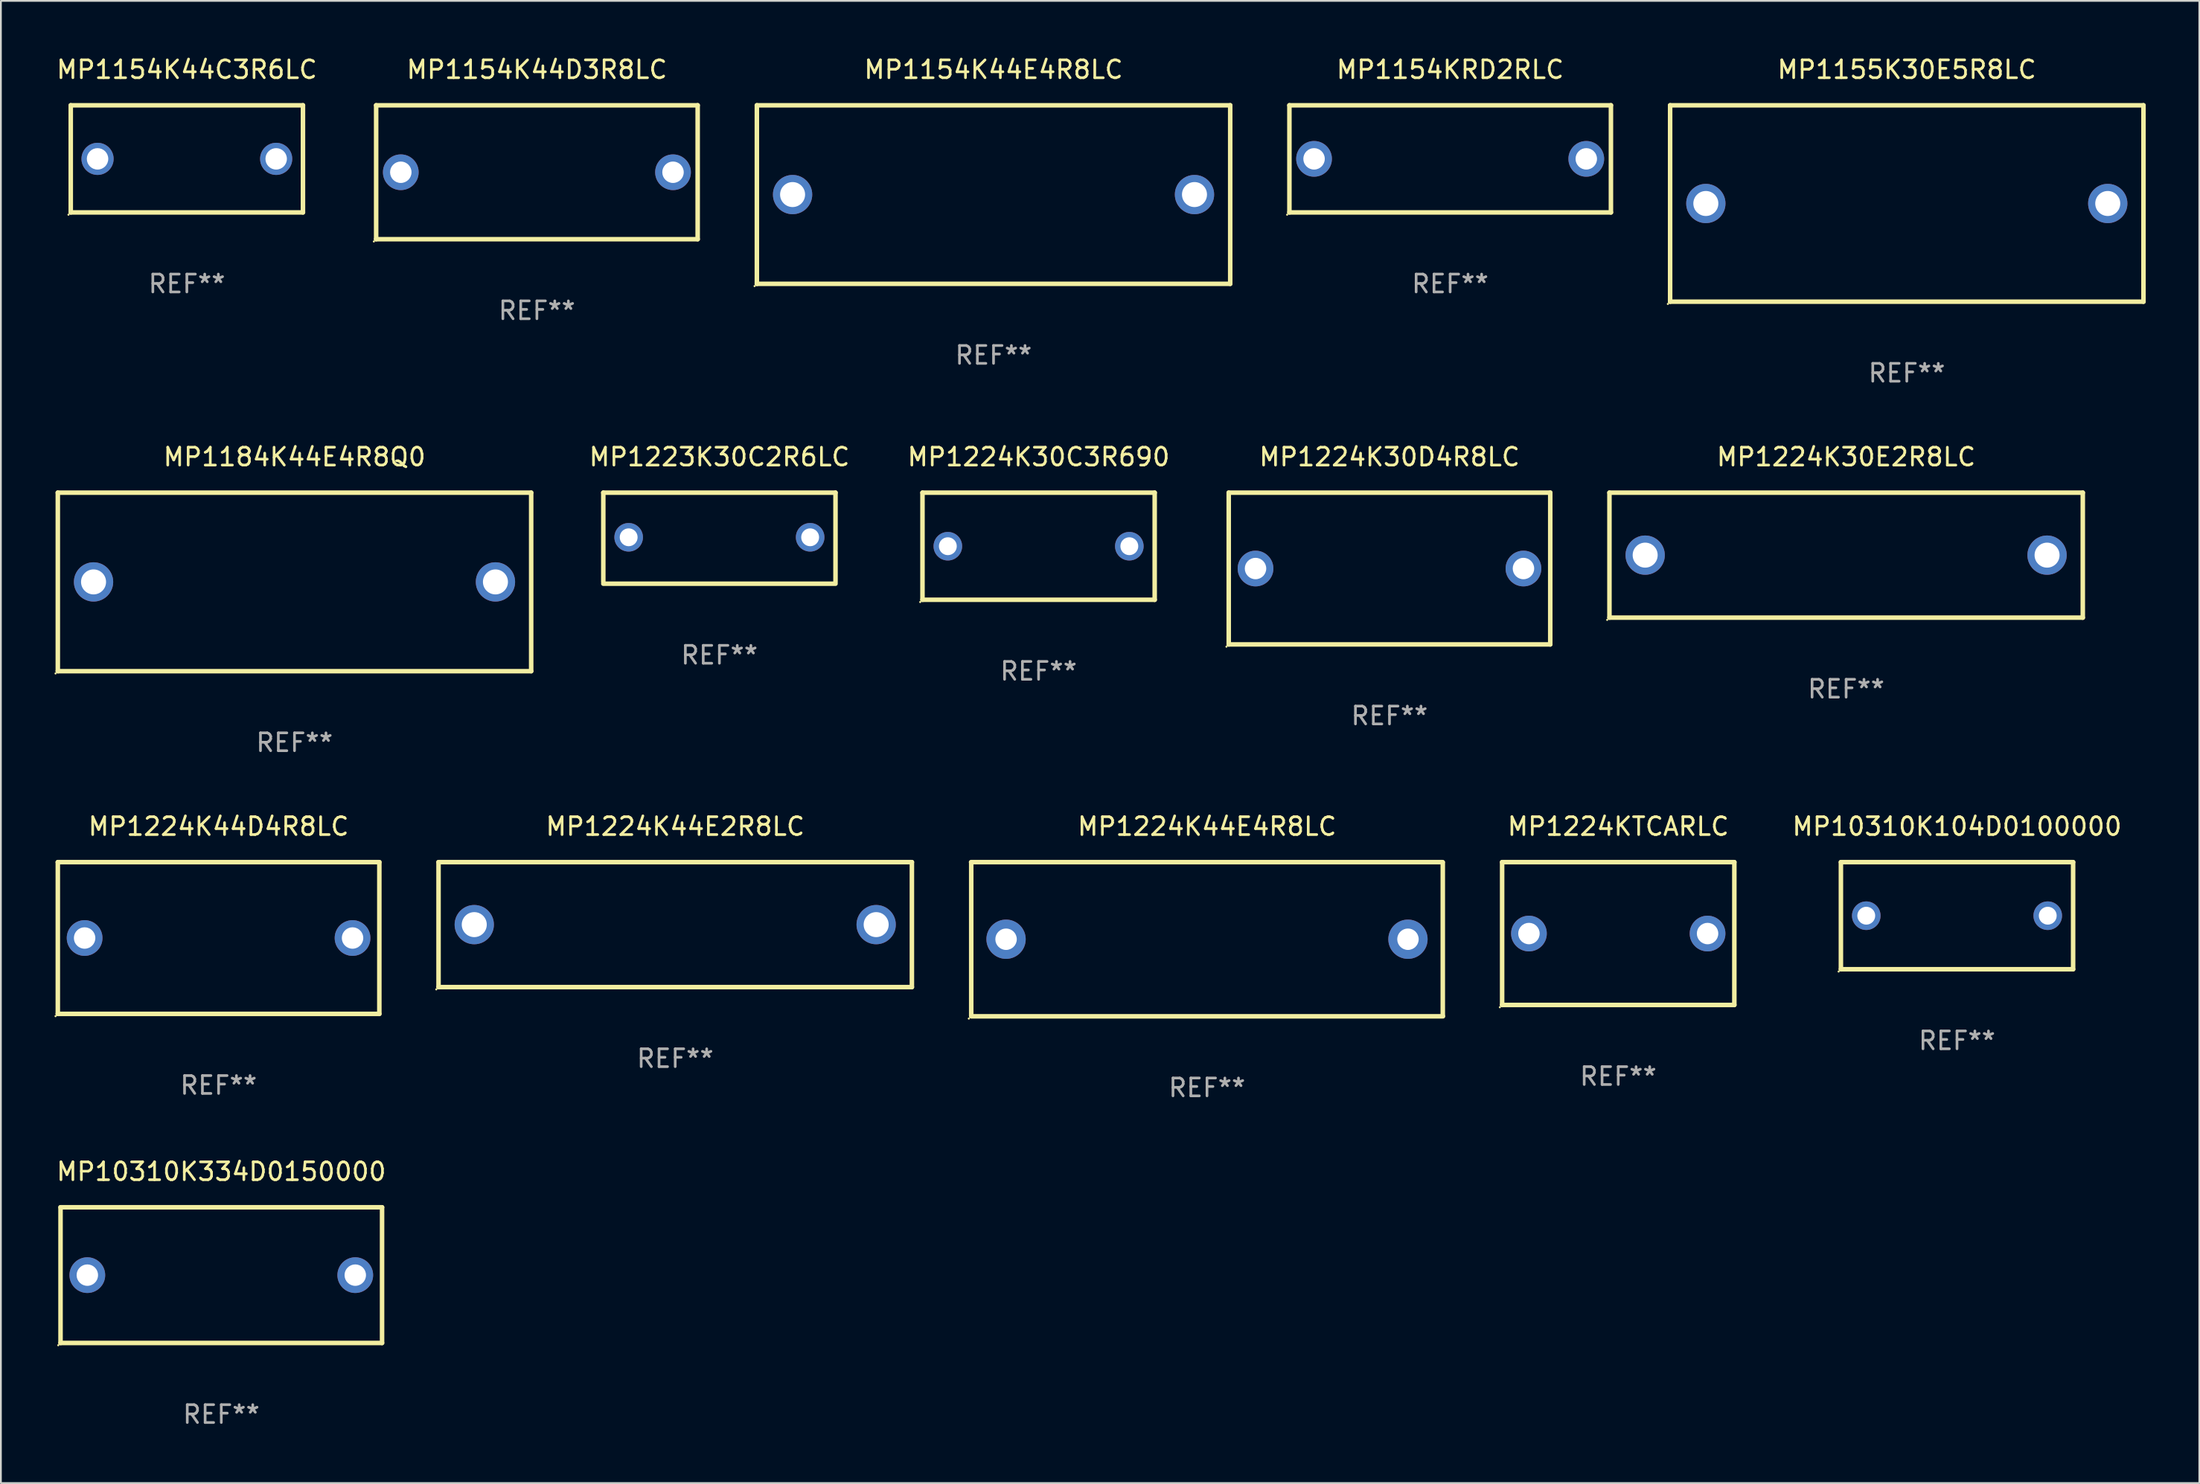
<source format=kicad_pcb>
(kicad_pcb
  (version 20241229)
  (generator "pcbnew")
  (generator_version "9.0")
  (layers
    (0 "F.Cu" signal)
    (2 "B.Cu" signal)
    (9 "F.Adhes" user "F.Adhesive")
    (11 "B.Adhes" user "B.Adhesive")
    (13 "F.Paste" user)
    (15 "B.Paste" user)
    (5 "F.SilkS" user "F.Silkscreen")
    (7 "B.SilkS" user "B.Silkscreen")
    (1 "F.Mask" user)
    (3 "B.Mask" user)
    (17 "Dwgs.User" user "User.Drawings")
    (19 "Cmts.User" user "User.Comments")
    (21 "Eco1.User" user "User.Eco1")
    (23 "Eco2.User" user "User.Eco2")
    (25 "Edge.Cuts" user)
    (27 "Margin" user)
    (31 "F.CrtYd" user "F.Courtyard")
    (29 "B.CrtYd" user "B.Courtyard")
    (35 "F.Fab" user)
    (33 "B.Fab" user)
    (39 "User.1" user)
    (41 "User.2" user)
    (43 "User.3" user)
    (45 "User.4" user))
  (footprint "MP1154K44D3R8LC"
    (layer "F.Cu")
    (at 27.008 6.598)
    (property "Reference" "MP1154K44D3R8LC" (at 0 -5.75 0) (layer "F.SilkS") (effects (font (size 1 1) (thickness 0.15))))
    (attr through_hole)
    (fp_line (start -9 -3.75) (end 9 -3.75) (stroke (width 0.254) (type solid)) (layer "F.SilkS"))
    (fp_line (start -9 3.75) (end -9 -3.75) (stroke (width 0.254) (type solid)) (layer "F.SilkS"))
    (fp_line (start 9 -3.75) (end 9 3.75) (stroke (width 0.254) (type solid)) (layer "F.SilkS"))
    (fp_line (start 9 3.75) (end -9 3.75) (stroke (width 0.254) (type solid)) (layer "F.SilkS"))
    (fp_circle (center -9.127 3.877) (end -9.097 3.877) (stroke (width 0.06) (type solid)) (fill no) (layer "F.SilkS"))
    (fp_text user "REF**" (at 0 7.75 0) (layer "F.Fab") (effects (font (size 1 1) (thickness 0.15))))
    (pad "1" thru_hole circle (at -7.62 0) (size 2 2) (drill 1.2) (layers "*.Cu" "*.Mask"))
    (pad "2" thru_hole circle (at 7.62 0) (size 2 2) (drill 1.2) (layers "*.Cu" "*.Mask")))
  (footprint "MP1224K44E4R8LC"
    (layer "F.Cu")
    (at 64.523 49.559)
    (property "Reference" "MP1224K44E4R8LC" (at 0 -6.318 0) (layer "F.SilkS") (effects (font (size 1 1) (thickness 0.15))))
    (attr through_hole)
    (fp_line (start -13.208 -4.318) (end 13.193 -4.318) (stroke (width 0.254) (type solid)) (layer "F.SilkS"))
    (fp_line (start -13.2 4.3) (end -13.2 -4.3) (stroke (width 0.254) (type solid)) (layer "F.SilkS"))
    (fp_line (start 13.2 -4.3) (end 13.2 4.3) (stroke (width 0.254) (type solid)) (layer "F.SilkS"))
    (fp_line (start 13.208 4.318) (end -13.193 4.318) (stroke (width 0.254) (type solid)) (layer "F.SilkS"))
    (fp_circle (center -13.335 4.445) (end -13.305 4.445) (stroke (width 0.06) (type solid)) (fill no) (layer "F.SilkS"))
    (fp_text user "REF**" (at 0 8.318 0) (layer "F.Fab") (effects (font (size 1 1) (thickness 0.15))))
    (pad "1" thru_hole circle (at -11.25 0) (size 2.2 2.2) (drill 1.2) (layers "*.Cu" "*.Mask"))
    (pad "2" thru_hole circle (at 11.25 0) (size 2.2 2.2) (drill 1.2) (layers "*.Cu" "*.Mask")))
  (footprint "MP1224K44E2R8LC"
    (layer "F.Cu")
    (at 34.751 48.741)
    (property "Reference" "MP1224K44E2R8LC" (at 0 -5.5 0) (layer "F.SilkS") (effects (font (size 1 1) (thickness 0.15))))
    (attr through_hole)
    (fp_line (start -13.25 -3.5) (end 13.25 -3.5) (stroke (width 0.254) (type solid)) (layer "F.SilkS"))
    (fp_line (start -13.25 3.5) (end -13.25 -3.5) (stroke (width 0.254) (type solid)) (layer "F.SilkS"))
    (fp_line (start 13.25 -3.5) (end 13.25 3.5) (stroke (width 0.254) (type solid)) (layer "F.SilkS"))
    (fp_line (start 13.25 3.5) (end -13.25 3.5) (stroke (width 0.254) (type solid)) (layer "F.SilkS"))
    (fp_circle (center -13.377 3.627) (end -13.347 3.627) (stroke (width 0.06) (type solid)) (fill no) (layer "F.SilkS"))
    (fp_text user "REF**" (at 0 7.5 0) (layer "F.Fab") (effects (font (size 1 1) (thickness 0.15))))
    (pad "1" thru_hole circle (at -11.25 0) (size 2.2 2.2) (drill 1.4) (layers "*.Cu" "*.Mask"))
    (pad "2" thru_hole circle (at 11.25 0) (size 2.2 2.2) (drill 1.4) (layers "*.Cu" "*.Mask")))
  (footprint "MP1155K30E5R8LC"
    (layer "F.Cu")
    (at 103.7 8.348)
    (property "Reference" "MP1155K30E5R8LC" (at 0 -7.5 0) (layer "F.SilkS") (effects (font (size 1 1) (thickness 0.15))))
    (attr through_hole)
    (fp_line (start -13.25 -5.5) (end 13.25 -5.5) (stroke (width 0.254) (type solid)) (layer "F.SilkS"))
    (fp_line (start -13.25 5.5) (end -13.25 -5.5) (stroke (width 0.254) (type solid)) (layer "F.SilkS"))
    (fp_line (start 13.25 -5.5) (end 13.25 5.5) (stroke (width 0.254) (type solid)) (layer "F.SilkS"))
    (fp_line (start 13.25 5.5) (end -13.25 5.5) (stroke (width 0.254) (type solid)) (layer "F.SilkS"))
    (fp_circle (center -13.377 5.627) (end -13.347 5.627) (stroke (width 0.06) (type solid)) (fill no) (layer "F.SilkS"))
    (fp_text user "REF**" (at 0 9.5 0) (layer "F.Fab") (effects (font (size 1 1) (thickness 0.15))))
    (pad "1" thru_hole circle (at -11.25 0) (size 2.2 2.2) (drill 1.4) (layers "*.Cu" "*.Mask"))
    (pad "2" thru_hole circle (at 11.25 0) (size 2.2 2.2) (drill 1.4) (layers "*.Cu" "*.Mask")))
  (footprint "MP1224K30C3R690"
    (layer "F.Cu")
    (at 55.094 27.545)
    (property "Reference" "MP1224K30C3R690" (at 0 -5 0) (layer "F.SilkS") (effects (font (size 1 1) (thickness 0.15))))
    (attr through_hole)
    (fp_line (start -6.5 -3) (end 6.5 -3) (stroke (width 0.254) (type solid)) (layer "F.SilkS"))
    (fp_line (start -6.5 3) (end -6.5 -3) (stroke (width 0.254) (type solid)) (layer "F.SilkS"))
    (fp_line (start 6.5 -3) (end 6.5 3) (stroke (width 0.254) (type solid)) (layer "F.SilkS"))
    (fp_line (start 6.5 3) (end -6.5 3) (stroke (width 0.254) (type solid)) (layer "F.SilkS"))
    (fp_circle (center -6.627 3.127) (end -6.597 3.127) (stroke (width 0.06) (type solid)) (fill no) (layer "F.SilkS"))
    (fp_text user "REF**" (at 0 7 0) (layer "F.Fab") (effects (font (size 1 1) (thickness 0.15))))
    (pad "1" thru_hole circle (at -5.08 0) (size 1.6 1.6) (drill 1) (layers "*.Cu" "*.Mask"))
    (pad "2" thru_hole circle (at 5.08 0) (size 1.6 1.6) (drill 1) (layers "*.Cu" "*.Mask")))
  (footprint "MP1224KTCARLC"
    (layer "F.Cu")
    (at 87.545 49.241)
    (property "Reference" "MP1224KTCARLC" (at 0 -6 0) (layer "F.SilkS") (effects (font (size 1 1) (thickness 0.15))))
    (attr through_hole)
    (fp_line (start -6.5 -4) (end -6.5 4) (stroke (width 0.254) (type solid)) (layer "F.SilkS"))
    (fp_line (start -6.5 -4) (end 6.5 -4) (stroke (width 0.254) (type solid)) (layer "F.SilkS"))
    (fp_line (start 6.5 4) (end -6.5 4) (stroke (width 0.254) (type solid)) (layer "F.SilkS"))
    (fp_line (start 6.5 4) (end 6.5 -4) (stroke (width 0.254) (type solid)) (layer "F.SilkS"))
    (fp_circle (center -6.627 4.127) (end -6.597 4.127) (stroke (width 0.06) (type solid)) (fill no) (layer "F.SilkS"))
    (fp_text user "REF**" (at 0 8 0) (layer "F.Fab") (effects (font (size 1 1) (thickness 0.15))))
    (pad "1" thru_hole circle (at -4.999 0) (size 2 2) (drill 1.2) (layers "*.Cu" "*.Mask"))
    (pad "2" thru_hole circle (at 5.001 0) (size 2 2) (drill 1.2) (layers "*.Cu" "*.Mask")))
  (footprint "MP1224K30E2R8LC"
    (layer "F.Cu")
    (at 100.303 28.045)
    (property "Reference" "MP1224K30E2R8LC" (at 0 -5.5 0) (layer "F.SilkS") (effects (font (size 1 1) (thickness 0.15))))
    (attr through_hole)
    (fp_line (start -13.25 -3.5) (end 13.25 -3.5) (stroke (width 0.254) (type solid)) (layer "F.SilkS"))
    (fp_line (start -13.25 3.5) (end -13.25 -3.5) (stroke (width 0.254) (type solid)) (layer "F.SilkS"))
    (fp_line (start 13.25 -3.5) (end 13.25 3.5) (stroke (width 0.254) (type solid)) (layer "F.SilkS"))
    (fp_line (start 13.25 3.5) (end -13.25 3.5) (stroke (width 0.254) (type solid)) (layer "F.SilkS"))
    (fp_circle (center -13.377 3.627) (end -13.347 3.627) (stroke (width 0.06) (type solid)) (fill no) (layer "F.SilkS"))
    (fp_text user "REF**" (at 0 7.5 0) (layer "F.Fab") (effects (font (size 1 1) (thickness 0.15))))
    (pad "1" thru_hole circle (at -11.25 0) (size 2.2 2.2) (drill 1.4) (layers "*.Cu" "*.Mask"))
    (pad "2" thru_hole circle (at 11.25 0) (size 2.2 2.2) (drill 1.4) (layers "*.Cu" "*.Mask")))
  (footprint "MP1154KRD2RLC"
    (layer "F.Cu")
    (at 78.136 5.848)
    (property "Reference" "MP1154KRD2RLC" (at 0 -5 0) (layer "F.SilkS") (effects (font (size 1 1) (thickness 0.15))))
    (attr through_hole)
    (fp_line (start -9 -3) (end 9 -3) (stroke (width 0.254) (type solid)) (layer "F.SilkS"))
    (fp_line (start -9 3) (end -9 -3) (stroke (width 0.254) (type solid)) (layer "F.SilkS"))
    (fp_line (start 9 -3) (end 9 3) (stroke (width 0.254) (type solid)) (layer "F.SilkS"))
    (fp_line (start 9 3) (end -9 3) (stroke (width 0.254) (type solid)) (layer "F.SilkS"))
    (fp_circle (center -9.127 3.127) (end -9.097 3.127) (stroke (width 0.06) (type solid)) (fill no) (layer "F.SilkS"))
    (fp_text user "REF**" (at 0 7 0) (layer "F.Fab") (effects (font (size 1 1) (thickness 0.15))))
    (pad "1" thru_hole circle (at -7.62 0) (size 2 2) (drill 1.2) (layers "*.Cu" "*.Mask"))
    (pad "2" thru_hole circle (at 7.62 0) (size 2 2) (drill 1.2) (layers "*.Cu" "*.Mask")))
  (footprint "MP10310K104D0100000"
    (layer "F.Cu")
    (at 106.511 48.241)
    (property "Reference" "MP10310K104D0100000" (at 0 -5 0) (layer "F.SilkS") (effects (font (size 1 1) (thickness 0.15))))
    (attr through_hole)
    (fp_line (start -6.5 -3) (end 6.5 -3) (stroke (width 0.254) (type solid)) (layer "F.SilkS"))
    (fp_line (start -6.5 3) (end -6.5 -3) (stroke (width 0.254) (type solid)) (layer "F.SilkS"))
    (fp_line (start 6.5 -3) (end 6.5 3) (stroke (width 0.254) (type solid)) (layer "F.SilkS"))
    (fp_line (start 6.5 3) (end -6.5 3) (stroke (width 0.254) (type solid)) (layer "F.SilkS"))
    (fp_circle (center -6.627 3.127) (end -6.597 3.127) (stroke (width 0.06) (type solid)) (fill no) (layer "F.SilkS"))
    (fp_text user "REF**" (at 0 7 0) (layer "F.Fab") (effects (font (size 1 1) (thickness 0.15))))
    (pad "1" thru_hole circle (at -5.08 0) (size 1.6 1.6) (drill 1) (layers "*.Cu" "*.Mask"))
    (pad "2" thru_hole circle (at 5.08 0) (size 1.6 1.6) (drill 1) (layers "*.Cu" "*.Mask")))
  (footprint "MP1154K44C3R6LC"
    (layer "F.Cu")
    (at 7.411 5.848)
    (property "Reference" "MP1154K44C3R6LC" (at 0 -5 0) (layer "F.SilkS") (effects (font (size 1 1) (thickness 0.15))))
    (attr through_hole)
    (fp_line (start -6.5 -3) (end 6.5 -3) (stroke (width 0.254) (type solid)) (layer "F.SilkS"))
    (fp_line (start -6.5 3) (end -6.5 -3) (stroke (width 0.254) (type solid)) (layer "F.SilkS"))
    (fp_line (start -6.5 3) (end 6.5 3) (stroke (width 0.254) (type solid)) (layer "F.SilkS"))
    (fp_line (start 6.5 -3) (end 6.5 3) (stroke (width 0.254) (type solid)) (layer "F.SilkS"))
    (fp_circle (center -6.627 3.127) (end -6.597 3.127) (stroke (width 0.06) (type solid)) (fill no) (layer "F.SilkS"))
    (fp_text user "REF**" (at 0 7 0) (layer "F.Fab") (effects (font (size 1 1) (thickness 0.15))))
    (pad "1" thru_hole circle (at -5 0) (size 1.8 1.8) (drill 1.2) (layers "*.Cu" "*.Mask"))
    (pad "2" thru_hole circle (at 5 0) (size 1.8 1.8) (drill 1.2) (layers "*.Cu" "*.Mask")))
  (footprint "MP1224K44D4R8LC"
    (layer "F.Cu")
    (at 9.187 49.491)
    (property "Reference" "MP1224K44D4R8LC" (at 0 -6.25 0) (layer "F.SilkS") (effects (font (size 1 1) (thickness 0.15))))
    (attr through_hole)
    (fp_line (start -9 -4.25) (end -9 4.25) (stroke (width 0.254) (type solid)) (layer "F.SilkS"))
    (fp_line (start -9 -4.25) (end 9 -4.25) (stroke (width 0.254) (type solid)) (layer "F.SilkS"))
    (fp_line (start 9 4.25) (end -9 4.25) (stroke (width 0.254) (type solid)) (layer "F.SilkS"))
    (fp_line (start 9 4.25) (end 9 -4.25) (stroke (width 0.254) (type solid)) (layer "F.SilkS"))
    (fp_circle (center -9.127 4.377) (end -9.097 4.377) (stroke (width 0.06) (type solid)) (fill no) (layer "F.SilkS"))
    (fp_text user "REF**" (at 0 8.25 0) (layer "F.Fab") (effects (font (size 1 1) (thickness 0.15))))
    (pad "1" thru_hole circle (at -7.5 0) (size 2 2) (drill 1.2) (layers "*.Cu" "*.Mask"))
    (pad "2" thru_hole circle (at 7.5 0) (size 2 2) (drill 1.2) (layers "*.Cu" "*.Mask")))
  (footprint "MP1223K30C2R6LC"
    (layer "F.Cu")
    (at 37.225 27.095)
    (property "Reference" "MP1223K30C2R6LC" (at 0 -4.55 0) (layer "F.SilkS") (effects (font (size 1 1) (thickness 0.15))))
    (attr through_hole)
    (fp_line (start -6.5 -2.55) (end 6.5 -2.55) (stroke (width 0.254) (type solid)) (layer "F.SilkS"))
    (fp_line (start -6.5 2.45) (end -6.5 -2.55) (stroke (width 0.254) (type solid)) (layer "F.SilkS"))
    (fp_line (start 6.5 -2.55) (end 6.5 2.45) (stroke (width 0.254) (type solid)) (layer "F.SilkS"))
    (fp_line (start 6.5 2.55) (end -6.5 2.55) (stroke (width 0.254) (type solid)) (layer "F.SilkS"))
    (fp_circle (center -6.5 2.45) (end -6.47 2.45) (stroke (width 0.06) (type solid)) (fill no) (layer "F.SilkS"))
    (fp_text user "REF**" (at 0 6.55 0) (layer "F.Fab") (effects (font (size 1 1) (thickness 0.15))))
    (pad "1" thru_hole circle (at -5.08 -0.05) (size 1.6 1.6) (drill 1) (layers "*.Cu" "*.Mask"))
    (pad "2" thru_hole circle (at 5.08 -0.05) (size 1.6 1.6) (drill 1) (layers "*.Cu" "*.Mask")))
  (footprint "MP1154K44E4R8LC"
    (layer "F.Cu")
    (at 52.572 7.848)
    (property "Reference" "MP1154K44E4R8LC" (at 0 -7 0) (layer "F.SilkS") (effects (font (size 1 1) (thickness 0.15))))
    (attr through_hole)
    (fp_line (start -13.25 -5) (end 13.25 -5) (stroke (width 0.254) (type solid)) (layer "F.SilkS"))
    (fp_line (start -13.25 5) (end -13.25 -5) (stroke (width 0.254) (type solid)) (layer "F.SilkS"))
    (fp_line (start 13.25 -5) (end 13.25 5) (stroke (width 0.254) (type solid)) (layer "F.SilkS"))
    (fp_line (start 13.25 5) (end -13.25 5) (stroke (width 0.254) (type solid)) (layer "F.SilkS"))
    (fp_circle (center -13.377 5.127) (end -13.347 5.127) (stroke (width 0.06) (type solid)) (fill no) (layer "F.SilkS"))
    (fp_text user "REF**" (at 0 9 0) (layer "F.Fab") (effects (font (size 1 1) (thickness 0.15))))
    (pad "1" thru_hole circle (at -11.25 0) (size 2.2 2.2) (drill 1.4) (layers "*.Cu" "*.Mask"))
    (pad "2" thru_hole circle (at 11.25 0) (size 2.2 2.2) (drill 1.4) (layers "*.Cu" "*.Mask")))
  (footprint "MP10310K334D0150000"
    (layer "F.Cu")
    (at 9.339 68.374)
    (property "Reference" "MP10310K334D0150000" (at 0 -5.8 0) (layer "F.SilkS") (effects (font (size 1 1) (thickness 0.15))))
    (attr through_hole)
    (fp_line (start -9 -3.8) (end -9 3.8) (stroke (width 0.254) (type solid)) (layer "F.SilkS"))
    (fp_line (start -9 -3.8) (end 9 -3.8) (stroke (width 0.254) (type solid)) (layer "F.SilkS"))
    (fp_line (start 9 -3.8) (end 9 3.8) (stroke (width 0.254) (type solid)) (layer "F.SilkS"))
    (fp_line (start 9 3.8) (end -9 3.8) (stroke (width 0.254) (type solid)) (layer "F.SilkS"))
    (fp_circle (center -9.127 3.927) (end -9.097 3.927) (stroke (width 0.06) (type solid)) (fill no) (layer "F.SilkS"))
    (fp_text user "REF**" (at 0 7.8 0) (layer "F.Fab") (effects (font (size 1 1) (thickness 0.15))))
    (pad "1" thru_hole circle (at -7.5 0) (size 2 2) (drill 1.2) (layers "*.Cu" "*.Mask"))
    (pad "2" thru_hole circle (at 7.5 0) (size 2 2) (drill 1.2) (layers "*.Cu" "*.Mask")))
  (footprint "MP1224K30D4R8LC"
    (layer "F.Cu")
    (at 74.739 28.795)
    (property "Reference" "MP1224K30D4R8LC" (at 0 -6.25 0) (layer "F.SilkS") (effects (font (size 1 1) (thickness 0.15))))
    (attr through_hole)
    (fp_line (start -9 -4.25) (end -9 4.25) (stroke (width 0.254) (type solid)) (layer "F.SilkS"))
    (fp_line (start -9 -4.25) (end 9 -4.25) (stroke (width 0.254) (type solid)) (layer "F.SilkS"))
    (fp_line (start 9 4.25) (end -9 4.25) (stroke (width 0.254) (type solid)) (layer "F.SilkS"))
    (fp_line (start 9 4.25) (end 9 -4.25) (stroke (width 0.254) (type solid)) (layer "F.SilkS"))
    (fp_circle (center -9.127 4.377) (end -9.097 4.377) (stroke (width 0.06) (type solid)) (fill no) (layer "F.SilkS"))
    (fp_text user "REF**" (at 0 8.25 0) (layer "F.Fab") (effects (font (size 1 1) (thickness 0.15))))
    (pad "1" thru_hole circle (at -7.5 0) (size 2 2) (drill 1.2) (layers "*.Cu" "*.Mask"))
    (pad "2" thru_hole circle (at 7.5 0) (size 2 2) (drill 1.2) (layers "*.Cu" "*.Mask")))
  (footprint "MP1184K44E4R8Q0"
    (layer "F.Cu")
    (at 13.437 29.545)
    (property "Reference" "MP1184K44E4R8Q0" (at 0 -7 0) (layer "F.SilkS") (effects (font (size 1 1) (thickness 0.15))))
    (attr through_hole)
    (fp_line (start -13.25 -5) (end 13.25 -5) (stroke (width 0.254) (type solid)) (layer "F.SilkS"))
    (fp_line (start -13.25 5) (end -13.25 -5) (stroke (width 0.254) (type solid)) (layer "F.SilkS"))
    (fp_line (start 13.25 -5) (end 13.25 5) (stroke (width 0.254) (type solid)) (layer "F.SilkS"))
    (fp_line (start 13.25 5) (end -13.25 5) (stroke (width 0.254) (type solid)) (layer "F.SilkS"))
    (fp_circle (center -13.377 5.127) (end -13.347 5.127) (stroke (width 0.06) (type solid)) (fill no) (layer "F.SilkS"))
    (fp_text user "REF**" (at 0 9 0) (layer "F.Fab") (effects (font (size 1 1) (thickness 0.15))))
    (pad "1" thru_hole circle (at -11.25 0) (size 2.2 2.2) (drill 1.4) (layers "*.Cu" "*.Mask"))
    (pad "2" thru_hole circle (at 11.25 0) (size 2.2 2.2) (drill 1.4) (layers "*.Cu" "*.Mask")))
  (gr_rect
    (start -3 -3)
    (end 120.077 80.022)
    (stroke (width 0.1) (type default))
    (fill no)
    (layer "Edge.Cuts")))
</source>
